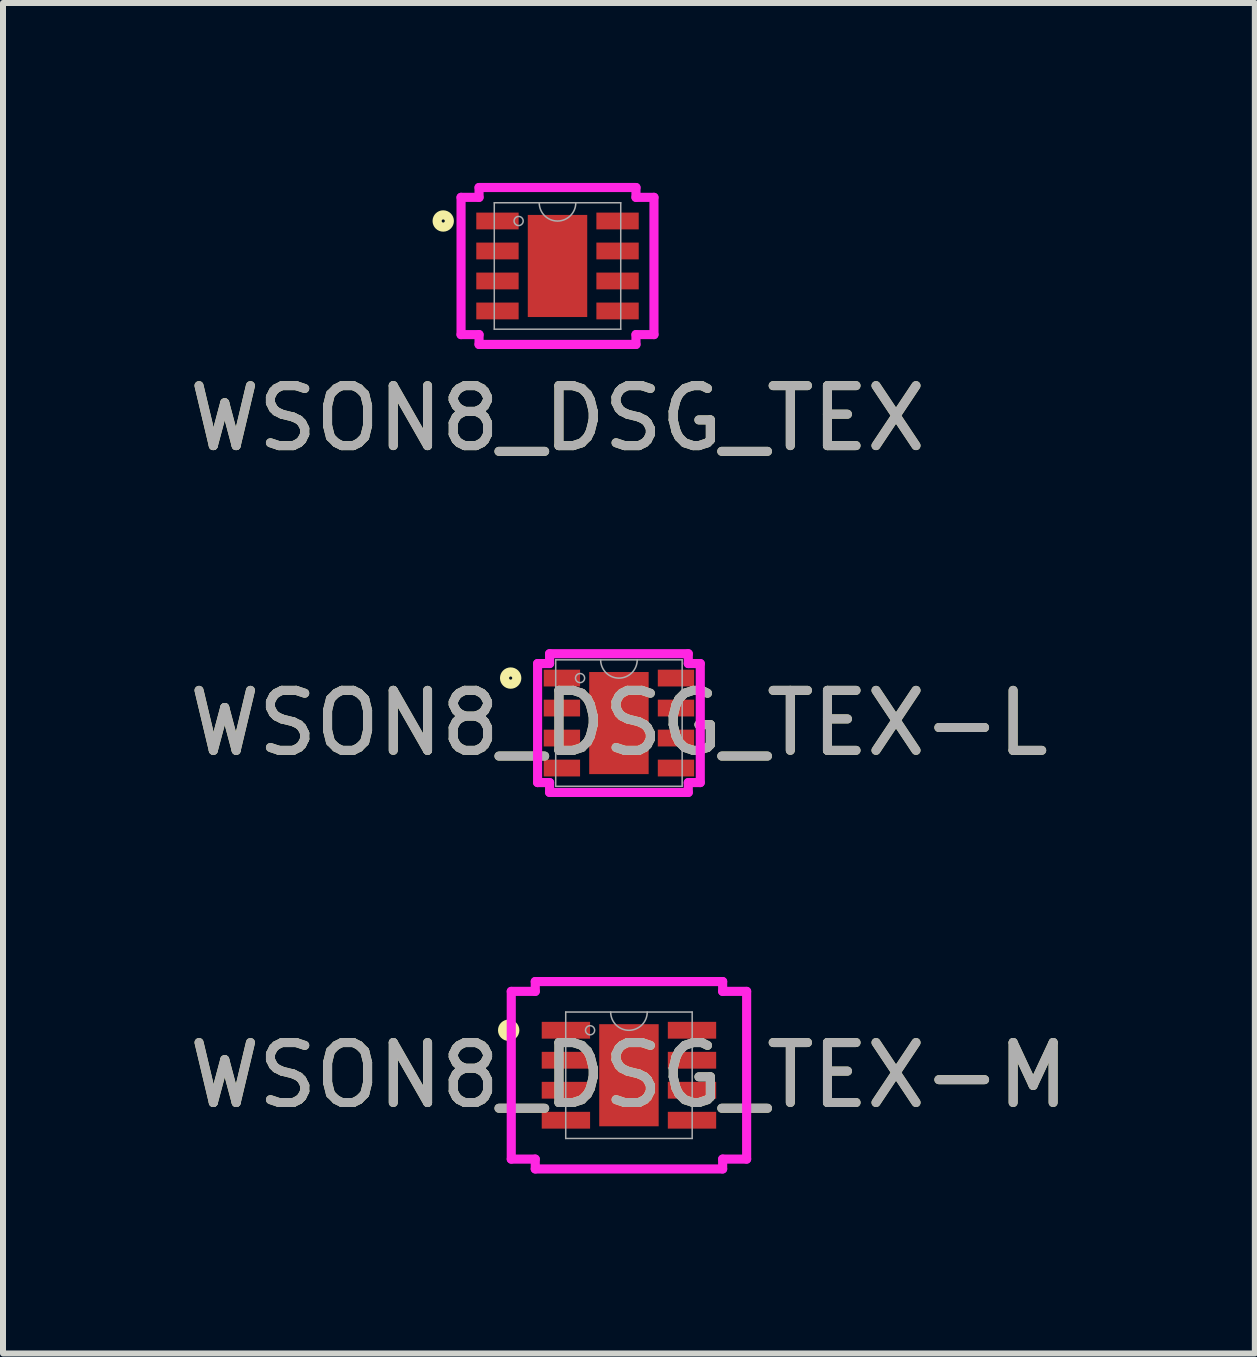
<source format=kicad_pcb>
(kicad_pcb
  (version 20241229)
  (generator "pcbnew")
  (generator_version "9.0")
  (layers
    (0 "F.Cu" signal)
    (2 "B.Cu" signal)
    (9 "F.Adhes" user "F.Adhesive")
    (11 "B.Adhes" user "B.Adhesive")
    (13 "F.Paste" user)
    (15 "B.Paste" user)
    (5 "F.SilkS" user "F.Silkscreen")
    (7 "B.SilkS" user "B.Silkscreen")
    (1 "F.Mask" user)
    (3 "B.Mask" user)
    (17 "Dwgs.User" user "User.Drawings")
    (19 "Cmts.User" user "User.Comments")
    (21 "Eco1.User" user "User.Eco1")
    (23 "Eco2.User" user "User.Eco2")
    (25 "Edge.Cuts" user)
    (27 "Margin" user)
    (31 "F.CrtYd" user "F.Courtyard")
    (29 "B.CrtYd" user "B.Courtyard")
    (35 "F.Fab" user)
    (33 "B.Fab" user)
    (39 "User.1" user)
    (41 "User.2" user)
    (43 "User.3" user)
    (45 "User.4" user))
  (footprint "WSON8_DSG_TEX-L"
    (layer "F.Cu")
    (at 7.268 9.004)
    (property "Reference" "WSON8_DSG_TEX-L" (at 0 0 0) (unlocked yes) (layer "F.SilkS") (effects (font (size 1 1) (thickness 0.15))))
    (attr smd)
    (fp_circle (center -1.805 -0.75) (end -1.703 -0.75) (stroke (width 0.152) (type solid)) (fill no) (layer "F.SilkS"))
    (fp_line (start -1.356 -0.992) (end -1.156 -0.992) (stroke (width 0.152) (type solid)) (layer "F.CrtYd"))
    (fp_line (start -1.356 0.992) (end -1.356 -0.992) (stroke (width 0.152) (type solid)) (layer "F.CrtYd"))
    (fp_line (start -1.356 0.992) (end -1.156 0.992) (stroke (width 0.152) (type solid)) (layer "F.CrtYd"))
    (fp_line (start -1.156 -1.156) (end 1.156 -1.156) (stroke (width 0.152) (type solid)) (layer "F.CrtYd"))
    (fp_line (start -1.156 -0.992) (end -1.156 -1.156) (stroke (width 0.152) (type solid)) (layer "F.CrtYd"))
    (fp_line (start -1.156 1.156) (end -1.156 0.992) (stroke (width 0.152) (type solid)) (layer "F.CrtYd"))
    (fp_line (start 1.156 -1.156) (end 1.156 -0.992) (stroke (width 0.152) (type solid)) (layer "F.CrtYd"))
    (fp_line (start 1.156 0.992) (end 1.156 1.156) (stroke (width 0.152) (type solid)) (layer "F.CrtYd"))
    (fp_line (start 1.156 1.156) (end -1.156 1.156) (stroke (width 0.152) (type solid)) (layer "F.CrtYd"))
    (fp_line (start 1.356 -0.992) (end 1.156 -0.992) (stroke (width 0.152) (type solid)) (layer "F.CrtYd"))
    (fp_line (start 1.356 -0.992) (end 1.356 0.992) (stroke (width 0.152) (type solid)) (layer "F.CrtYd"))
    (fp_line (start 1.356 0.992) (end 1.156 0.992) (stroke (width 0.152) (type solid)) (layer "F.CrtYd"))
    (fp_line (start -1.054 -1.054) (end -1.054 1.054) (stroke (width 0.025) (type solid)) (layer "F.Fab"))
    (fp_line (start -1.054 1.054) (end 1.054 1.054) (stroke (width 0.025) (type solid)) (layer "F.Fab"))
    (fp_line (start 1.054 -1.054) (end -1.054 -1.054) (stroke (width 0.025) (type solid)) (layer "F.Fab"))
    (fp_line (start 1.054 1.054) (end 1.054 -1.054) (stroke (width 0.025) (type solid)) (layer "F.Fab"))
    (fp_arc (start 0.3048 -1.0541) (mid 0 -0.7493) (end -0.3048 -1.0541) (stroke (width 0.0254) (type solid)) (layer "F.Fab"))
    (fp_circle (center -0.648 -0.75) (end -0.572 -0.75) (stroke (width 0.025) (type solid)) (fill no) (layer "F.Fab"))
    (fp_text user "${REFERENCE}" (at 0 0 0) (unlocked yes) (layer "F.Fab") (effects (font (size 1 1) (thickness 0.15))))
    (pad "1" smd rect (at -0.951 -0.75) (size 0.606 0.28) (layers "F.Cu" "F.Mask" "F.Paste"))
    (pad "2" smd rect (at -0.951 -0.25) (size 0.606 0.28) (layers "F.Cu" "F.Mask" "F.Paste"))
    (pad "3" smd rect (at -0.951 0.25) (size 0.606 0.28) (layers "F.Cu" "F.Mask" "F.Paste"))
    (pad "4" smd rect (at -0.951 0.75) (size 0.606 0.28) (layers "F.Cu" "F.Mask" "F.Paste"))
    (pad "5" smd rect (at 0.951 0.75) (size 0.606 0.28) (layers "F.Cu" "F.Mask" "F.Paste"))
    (pad "6" smd rect (at 0.951 0.25) (size 0.606 0.28) (layers "F.Cu" "F.Mask" "F.Paste"))
    (pad "7" smd rect (at 0.951 -0.25) (size 0.606 0.28) (layers "F.Cu" "F.Mask" "F.Paste"))
    (pad "8" smd rect (at 0.951 -0.75) (size 0.606 0.28) (layers "F.Cu" "F.Mask" "F.Paste"))
    (pad "9" smd rect (at 0 0) (size 0.991 1.702) (layers "F.Cu" "F.Mask" "F.Paste")))
  (footprint "WSON8_DSG_TEX"
    (layer "F.Cu")
    (at 6.244 1.384)
    (property "Reference" "WSON8_DSG_TEX" (at 0 2.54 0) (unlocked yes) (layer "F.SilkS") (effects (font (size 1 1) (thickness 0.15))))
    (attr smd)
    (fp_circle (center -1.905 -0.75) (end -1.803 -0.75) (stroke (width 0.152) (type solid)) (fill no) (layer "F.SilkS"))
    (fp_line (start -1.608 -1.144) (end -1.308 -1.144) (stroke (width 0.152) (type solid)) (layer "F.CrtYd"))
    (fp_line (start -1.608 1.144) (end -1.608 -1.144) (stroke (width 0.152) (type solid)) (layer "F.CrtYd"))
    (fp_line (start -1.608 1.144) (end -1.308 1.144) (stroke (width 0.152) (type solid)) (layer "F.CrtYd"))
    (fp_line (start -1.308 -1.308) (end 1.308 -1.308) (stroke (width 0.152) (type solid)) (layer "F.CrtYd"))
    (fp_line (start -1.308 -1.144) (end -1.308 -1.308) (stroke (width 0.152) (type solid)) (layer "F.CrtYd"))
    (fp_line (start -1.308 1.308) (end -1.308 1.144) (stroke (width 0.152) (type solid)) (layer "F.CrtYd"))
    (fp_line (start 1.308 -1.308) (end 1.308 -1.144) (stroke (width 0.152) (type solid)) (layer "F.CrtYd"))
    (fp_line (start 1.308 1.144) (end 1.308 1.308) (stroke (width 0.152) (type solid)) (layer "F.CrtYd"))
    (fp_line (start 1.308 1.308) (end -1.308 1.308) (stroke (width 0.152) (type solid)) (layer "F.CrtYd"))
    (fp_line (start 1.608 -1.144) (end 1.308 -1.144) (stroke (width 0.152) (type solid)) (layer "F.CrtYd"))
    (fp_line (start 1.608 -1.144) (end 1.608 1.144) (stroke (width 0.152) (type solid)) (layer "F.CrtYd"))
    (fp_line (start 1.608 1.144) (end 1.308 1.144) (stroke (width 0.152) (type solid)) (layer "F.CrtYd"))
    (fp_line (start -1.054 -1.054) (end -1.054 1.054) (stroke (width 0.025) (type solid)) (layer "F.Fab"))
    (fp_line (start -1.054 1.054) (end 1.054 1.054) (stroke (width 0.025) (type solid)) (layer "F.Fab"))
    (fp_line (start 1.054 -1.054) (end -1.054 -1.054) (stroke (width 0.025) (type solid)) (layer "F.Fab"))
    (fp_line (start 1.054 1.054) (end 1.054 -1.054) (stroke (width 0.025) (type solid)) (layer "F.Fab"))
    (fp_arc (start 0.3048 -1.0541) (mid 0 -0.7493) (end -0.3048 -1.0541) (stroke (width 0.0254) (type solid)) (layer "F.Fab"))
    (fp_circle (center -0.648 -0.75) (end -0.572 -0.75) (stroke (width 0.025) (type solid)) (fill no) (layer "F.Fab"))
    (fp_text user "${REFERENCE}" (at 0 2.54 0) (unlocked yes) (layer "F.Fab") (effects (font (size 1 1) (thickness 0.15))))
    (pad "1" smd rect (at -1.001 -0.75) (size 0.706 0.28) (layers "F.Cu" "F.Mask" "F.Paste"))
    (pad "2" smd rect (at -1.001 -0.25) (size 0.706 0.28) (layers "F.Cu" "F.Mask" "F.Paste"))
    (pad "3" smd rect (at -1.001 0.25) (size 0.706 0.28) (layers "F.Cu" "F.Mask" "F.Paste"))
    (pad "4" smd rect (at -1.001 0.75) (size 0.706 0.28) (layers "F.Cu" "F.Mask" "F.Paste"))
    (pad "5" smd rect (at 1.001 0.75) (size 0.706 0.28) (layers "F.Cu" "F.Mask" "F.Paste"))
    (pad "6" smd rect (at 1.001 0.25) (size 0.706 0.28) (layers "F.Cu" "F.Mask" "F.Paste"))
    (pad "7" smd rect (at 1.001 -0.25) (size 0.706 0.28) (layers "F.Cu" "F.Mask" "F.Paste"))
    (pad "8" smd rect (at 1.001 -0.75) (size 0.706 0.28) (layers "F.Cu" "F.Mask" "F.Paste"))
    (pad "9" smd rect (at 0 0) (size 0.991 1.702) (layers "F.Cu" "F.Mask" "F.Paste")))
  (footprint "WSON8_DSG_TEX-M"
    (layer "F.Cu")
    (at 7.435 14.875)
    (property "Reference" "WSON8_DSG_TEX-M" (at 0 0 0) (unlocked yes) (layer "F.SilkS") (effects (font (size 1 1) (thickness 0.15))))
    (attr smd)
    (fp_circle (center -2.005 -0.75) (end -1.903 -0.75) (stroke (width 0.152) (type solid)) (fill no) (layer "F.SilkS"))
    (fp_line (start -1.962 -1.398) (end -1.562 -1.398) (stroke (width 0.152) (type solid)) (layer "F.CrtYd"))
    (fp_line (start -1.962 1.398) (end -1.962 -1.398) (stroke (width 0.152) (type solid)) (layer "F.CrtYd"))
    (fp_line (start -1.962 1.398) (end -1.562 1.398) (stroke (width 0.152) (type solid)) (layer "F.CrtYd"))
    (fp_line (start -1.562 -1.562) (end 1.562 -1.562) (stroke (width 0.152) (type solid)) (layer "F.CrtYd"))
    (fp_line (start -1.562 -1.398) (end -1.562 -1.562) (stroke (width 0.152) (type solid)) (layer "F.CrtYd"))
    (fp_line (start -1.562 1.562) (end -1.562 1.398) (stroke (width 0.152) (type solid)) (layer "F.CrtYd"))
    (fp_line (start 1.562 -1.562) (end 1.562 -1.398) (stroke (width 0.152) (type solid)) (layer "F.CrtYd"))
    (fp_line (start 1.562 1.398) (end 1.562 1.562) (stroke (width 0.152) (type solid)) (layer "F.CrtYd"))
    (fp_line (start 1.562 1.562) (end -1.562 1.562) (stroke (width 0.152) (type solid)) (layer "F.CrtYd"))
    (fp_line (start 1.962 -1.398) (end 1.562 -1.398) (stroke (width 0.152) (type solid)) (layer "F.CrtYd"))
    (fp_line (start 1.962 -1.398) (end 1.962 1.398) (stroke (width 0.152) (type solid)) (layer "F.CrtYd"))
    (fp_line (start 1.962 1.398) (end 1.562 1.398) (stroke (width 0.152) (type solid)) (layer "F.CrtYd"))
    (fp_line (start -1.054 -1.054) (end -1.054 1.054) (stroke (width 0.025) (type solid)) (layer "F.Fab"))
    (fp_line (start -1.054 1.054) (end 1.054 1.054) (stroke (width 0.025) (type solid)) (layer "F.Fab"))
    (fp_line (start 1.054 -1.054) (end -1.054 -1.054) (stroke (width 0.025) (type solid)) (layer "F.Fab"))
    (fp_line (start 1.054 1.054) (end 1.054 -1.054) (stroke (width 0.025) (type solid)) (layer "F.Fab"))
    (fp_arc (start 0.3048 -1.0541) (mid 0 -0.7493) (end -0.3048 -1.0541) (stroke (width 0.0254) (type solid)) (layer "F.Fab"))
    (fp_circle (center -0.648 -0.75) (end -0.572 -0.75) (stroke (width 0.025) (type solid)) (fill no) (layer "F.Fab"))
    (fp_text user "${REFERENCE}" (at 0 0 0) (unlocked yes) (layer "F.Fab") (effects (font (size 1 1) (thickness 0.15))))
    (pad "1" smd rect (at -1.051 -0.75) (size 0.806 0.28) (layers "F.Cu" "F.Mask" "F.Paste"))
    (pad "2" smd rect (at -1.051 -0.25) (size 0.806 0.28) (layers "F.Cu" "F.Mask" "F.Paste"))
    (pad "3" smd rect (at -1.051 0.25) (size 0.806 0.28) (layers "F.Cu" "F.Mask" "F.Paste"))
    (pad "4" smd rect (at -1.051 0.75) (size 0.806 0.28) (layers "F.Cu" "F.Mask" "F.Paste"))
    (pad "5" smd rect (at 1.051 0.75) (size 0.806 0.28) (layers "F.Cu" "F.Mask" "F.Paste"))
    (pad "6" smd rect (at 1.051 0.25) (size 0.806 0.28) (layers "F.Cu" "F.Mask" "F.Paste"))
    (pad "7" smd rect (at 1.051 -0.25) (size 0.806 0.28) (layers "F.Cu" "F.Mask" "F.Paste"))
    (pad "8" smd rect (at 1.051 -0.75) (size 0.806 0.28) (layers "F.Cu" "F.Mask" "F.Paste"))
    (pad "9" smd rect (at 0 0) (size 0.991 1.702) (layers "F.Cu" "F.Mask" "F.Paste")))
  (gr_rect
    (start -3 -3)
    (end 17.869 19.513)
    (stroke (width 0.1) (type default))
    (fill no)
    (layer "Edge.Cuts")))
</source>
